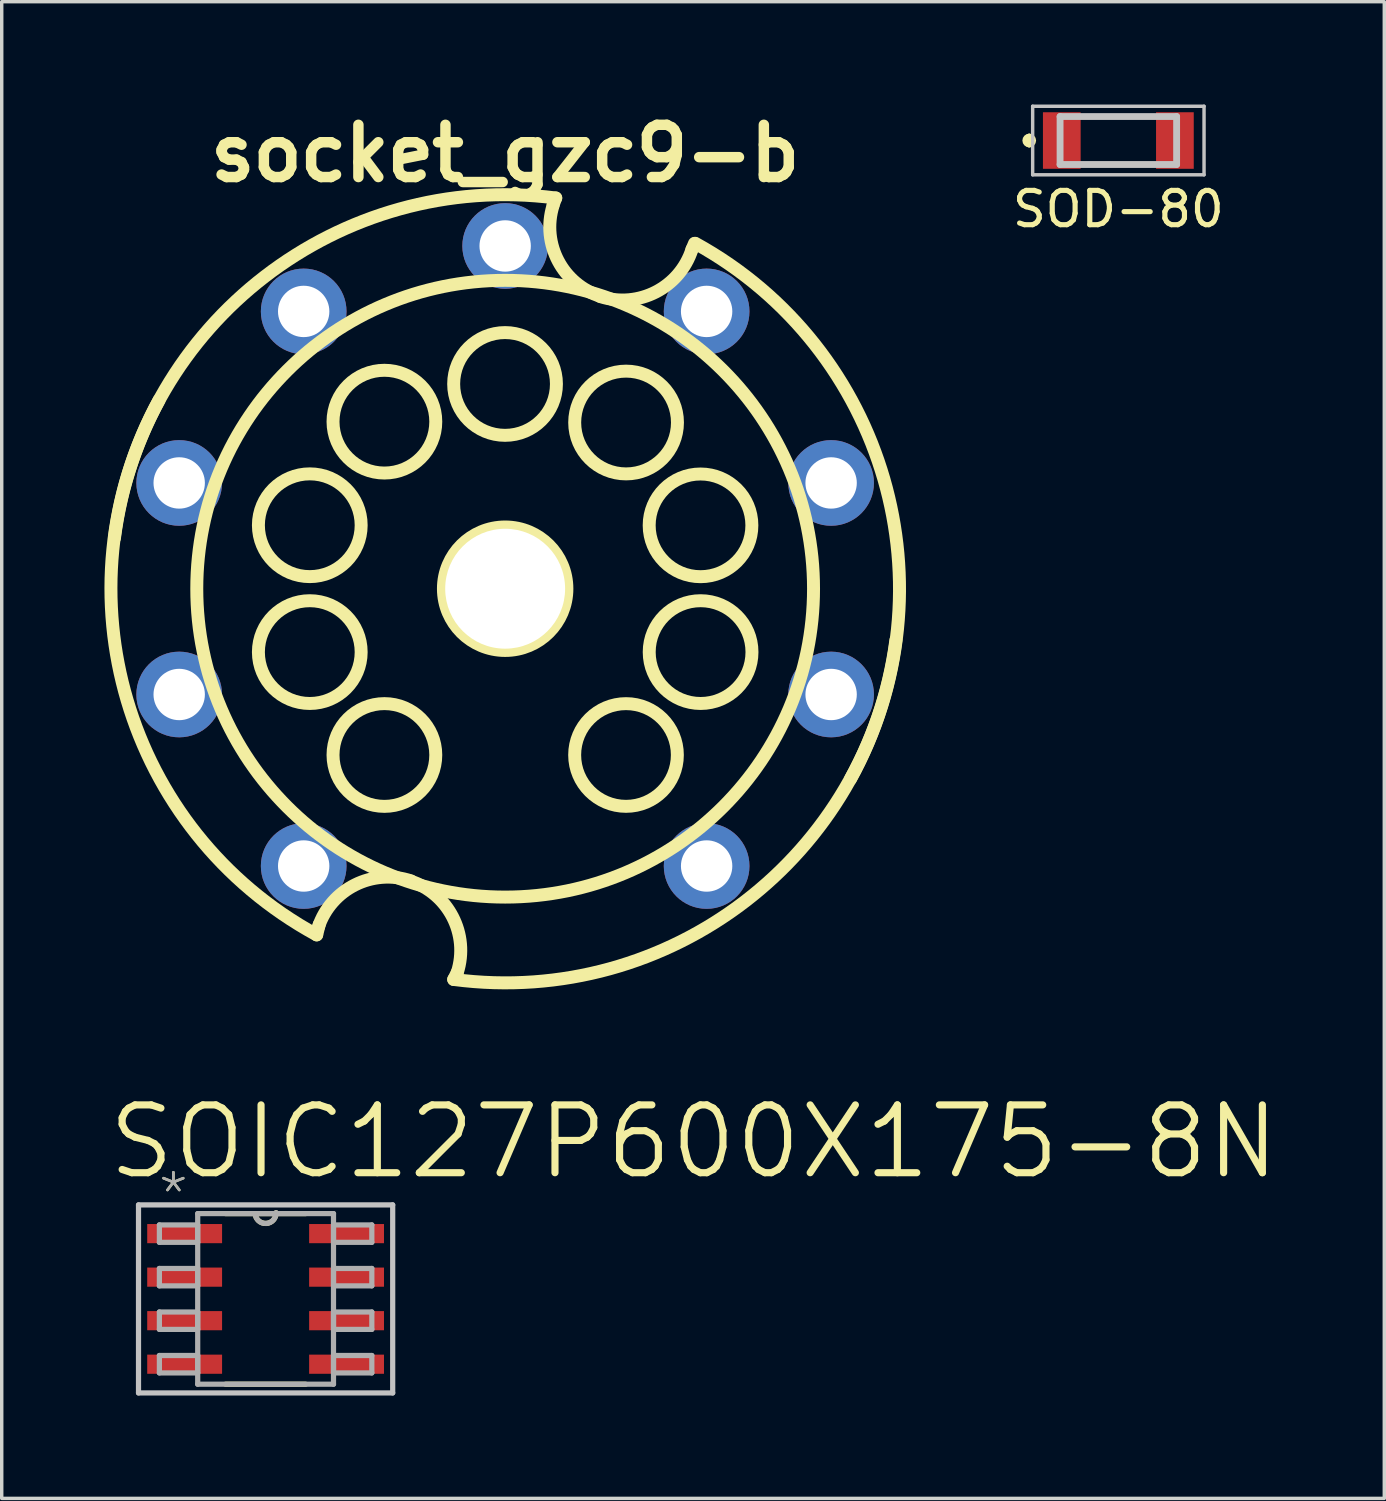
<source format=kicad_pcb>
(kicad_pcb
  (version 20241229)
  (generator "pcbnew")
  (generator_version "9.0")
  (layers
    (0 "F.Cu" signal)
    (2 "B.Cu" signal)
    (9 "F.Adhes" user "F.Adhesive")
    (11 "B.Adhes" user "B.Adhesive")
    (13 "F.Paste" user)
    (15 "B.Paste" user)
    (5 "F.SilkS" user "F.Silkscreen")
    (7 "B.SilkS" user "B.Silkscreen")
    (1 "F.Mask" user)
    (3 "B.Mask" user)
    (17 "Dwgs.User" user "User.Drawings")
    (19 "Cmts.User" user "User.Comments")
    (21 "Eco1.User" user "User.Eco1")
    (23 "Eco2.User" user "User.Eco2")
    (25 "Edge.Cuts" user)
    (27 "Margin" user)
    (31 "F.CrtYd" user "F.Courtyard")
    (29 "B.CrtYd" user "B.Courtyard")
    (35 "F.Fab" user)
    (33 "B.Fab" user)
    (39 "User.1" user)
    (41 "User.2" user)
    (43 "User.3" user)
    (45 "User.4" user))
  (footprint "SOIC127P600X175-8N"
    (layer "F.Cu")
    (at 4.699 34.846)
    (property "Reference" "SOIC127P600X175-8N" (at -4.699 -3.429 0) (layer "F.SilkS") (effects (font (size 1.979 1.979) (thickness 0.208)) (justify left bottom)))
    (attr through_hole)
    (fp_line (start -1.168 2.489) (end 1.168 2.489) (stroke (width 0.152) (type solid)) (layer "F.SilkS"))
    (fp_line (start -0.305 -2.489) (end -1.168 -2.489) (stroke (width 0.152) (type solid)) (layer "F.SilkS"))
    (fp_line (start 1.168 -2.489) (end -0.305 -2.489) (stroke (width 0.152) (type solid)) (layer "F.SilkS"))
    (fp_arc (start 0.3048 -2.5146) (mid 0.0127 -2.1971) (end -0.3048 -2.4892) (stroke (width 0.1524) (type solid)) (layer "F.SilkS"))
    (fp_line (start -3.708 -2.743) (end 3.708 -2.743) (stroke (width 0.152) (type solid)) (layer "Dwgs.User"))
    (fp_line (start -3.708 2.743) (end -3.708 -2.743) (stroke (width 0.152) (type solid)) (layer "Dwgs.User"))
    (fp_line (start 3.708 -2.743) (end 3.708 2.743) (stroke (width 0.152) (type solid)) (layer "Dwgs.User"))
    (fp_line (start 3.708 2.743) (end -3.708 2.743) (stroke (width 0.152) (type solid)) (layer "Dwgs.User"))
    (fp_line (start -3.099 -2.159) (end -3.099 -1.651) (stroke (width 0.152) (type solid)) (layer "F.Fab"))
    (fp_line (start -3.099 -1.651) (end -1.981 -1.651) (stroke (width 0.152) (type solid)) (layer "F.Fab"))
    (fp_line (start -3.099 -0.889) (end -3.099 -0.381) (stroke (width 0.152) (type solid)) (layer "F.Fab"))
    (fp_line (start -3.099 -0.381) (end -1.981 -0.381) (stroke (width 0.152) (type solid)) (layer "F.Fab"))
    (fp_line (start -3.099 0.381) (end -3.099 0.889) (stroke (width 0.152) (type solid)) (layer "F.Fab"))
    (fp_line (start -3.099 0.889) (end -1.981 0.889) (stroke (width 0.152) (type solid)) (layer "F.Fab"))
    (fp_line (start -3.099 1.651) (end -3.099 2.159) (stroke (width 0.152) (type solid)) (layer "F.Fab"))
    (fp_line (start -3.099 2.159) (end -1.981 2.159) (stroke (width 0.152) (type solid)) (layer "F.Fab"))
    (fp_line (start -1.981 -2.489) (end -1.981 2.489) (stroke (width 0.152) (type solid)) (layer "F.Fab"))
    (fp_line (start -1.981 -2.159) (end -3.099 -2.159) (stroke (width 0.152) (type solid)) (layer "F.Fab"))
    (fp_line (start -1.981 -1.651) (end -1.981 -2.159) (stroke (width 0.152) (type solid)) (layer "F.Fab"))
    (fp_line (start -1.981 -0.889) (end -3.099 -0.889) (stroke (width 0.152) (type solid)) (layer "F.Fab"))
    (fp_line (start -1.981 -0.381) (end -1.981 -0.889) (stroke (width 0.152) (type solid)) (layer "F.Fab"))
    (fp_line (start -1.981 0.381) (end -3.099 0.381) (stroke (width 0.152) (type solid)) (layer "F.Fab"))
    (fp_line (start -1.981 0.889) (end -1.981 0.381) (stroke (width 0.152) (type solid)) (layer "F.Fab"))
    (fp_line (start -1.981 1.651) (end -3.099 1.651) (stroke (width 0.152) (type solid)) (layer "F.Fab"))
    (fp_line (start -1.981 2.159) (end -1.981 1.651) (stroke (width 0.152) (type solid)) (layer "F.Fab"))
    (fp_line (start -1.981 2.489) (end 1.981 2.489) (stroke (width 0.152) (type solid)) (layer "F.Fab"))
    (fp_line (start -0.305 -2.489) (end -1.981 -2.489) (stroke (width 0.152) (type solid)) (layer "F.Fab"))
    (fp_line (start 1.981 -2.489) (end -0.305 -2.489) (stroke (width 0.152) (type solid)) (layer "F.Fab"))
    (fp_line (start 1.981 -2.159) (end 1.981 -1.651) (stroke (width 0.152) (type solid)) (layer "F.Fab"))
    (fp_line (start 1.981 -1.651) (end 3.099 -1.651) (stroke (width 0.152) (type solid)) (layer "F.Fab"))
    (fp_line (start 1.981 -0.889) (end 1.981 -0.381) (stroke (width 0.152) (type solid)) (layer "F.Fab"))
    (fp_line (start 1.981 -0.381) (end 3.099 -0.381) (stroke (width 0.152) (type solid)) (layer "F.Fab"))
    (fp_line (start 1.981 0.381) (end 1.981 0.889) (stroke (width 0.152) (type solid)) (layer "F.Fab"))
    (fp_line (start 1.981 0.889) (end 3.099 0.889) (stroke (width 0.152) (type solid)) (layer "F.Fab"))
    (fp_line (start 1.981 1.651) (end 1.981 2.159) (stroke (width 0.152) (type solid)) (layer "F.Fab"))
    (fp_line (start 1.981 2.159) (end 3.099 2.159) (stroke (width 0.152) (type solid)) (layer "F.Fab"))
    (fp_line (start 1.981 2.489) (end 1.981 -2.489) (stroke (width 0.152) (type solid)) (layer "F.Fab"))
    (fp_line (start 3.099 -2.159) (end 1.981 -2.159) (stroke (width 0.152) (type solid)) (layer "F.Fab"))
    (fp_line (start 3.099 -1.651) (end 3.099 -2.159) (stroke (width 0.152) (type solid)) (layer "F.Fab"))
    (fp_line (start 3.099 -0.889) (end 1.981 -0.889) (stroke (width 0.152) (type solid)) (layer "F.Fab"))
    (fp_line (start 3.099 -0.381) (end 3.099 -0.889) (stroke (width 0.152) (type solid)) (layer "F.Fab"))
    (fp_line (start 3.099 0.381) (end 1.981 0.381) (stroke (width 0.152) (type solid)) (layer "F.Fab"))
    (fp_line (start 3.099 0.889) (end 3.099 0.381) (stroke (width 0.152) (type solid)) (layer "F.Fab"))
    (fp_line (start 3.099 1.651) (end 1.981 1.651) (stroke (width 0.152) (type solid)) (layer "F.Fab"))
    (fp_line (start 3.099 2.159) (end 3.099 1.651) (stroke (width 0.152) (type solid)) (layer "F.Fab"))
    (fp_arc (start 0.3048 -2.5146) (mid 0.0127 -2.1971) (end -0.3048 -2.4892) (stroke (width 0.1524) (type solid)) (layer "F.Fab"))
    (fp_text user "*" (at -3.2 -2.337 0) (layer "F.SilkS") (effects (font (size 1.206 1.206) (thickness 0.076)) (justify left bottom)))
    (fp_text user "*" (at -3.2 -2.337 0) (layer "F.Fab") (effects (font (size 1.206 1.206) (thickness 0.076)) (justify left bottom)))
    (pad "1" smd rect (at -2.362 -1.905) (size 2.184 0.559) (layers "F.Cu" "F.Mask" "F.Paste"))
    (pad "2" smd rect (at -2.362 -0.635) (size 2.184 0.559) (layers "F.Cu" "F.Mask" "F.Paste"))
    (pad "3" smd rect (at -2.362 0.635) (size 2.184 0.559) (layers "F.Cu" "F.Mask" "F.Paste"))
    (pad "4" smd rect (at -2.362 1.905) (size 2.184 0.559) (layers "F.Cu" "F.Mask" "F.Paste"))
    (pad "5" smd rect (at 2.362 1.905) (size 2.184 0.559) (layers "F.Cu" "F.Mask" "F.Paste"))
    (pad "6" smd rect (at 2.362 0.635) (size 2.184 0.559) (layers "F.Cu" "F.Mask" "F.Paste"))
    (pad "7" smd rect (at 2.362 -0.635) (size 2.184 0.559) (layers "F.Cu" "F.Mask" "F.Paste"))
    (pad "8" smd rect (at 2.362 -1.905) (size 2.184 0.559) (layers "F.Cu" "F.Mask" "F.Paste")))
  (footprint "SOD-80"
    (layer "F.Cu")
    (at 29.578 1.05)
    (property "Reference" "SOD-80" (at 0 2 0) (layer "F.SilkS") (effects (font (size 1 1) (thickness 0.15))))
    (attr smd)
    (fp_line (start -2.6 -0.1) (end -2.6 -0.1) (stroke (width 0.2) (type solid)) (layer "F.SilkS"))
    (fp_line (start -2.6 0.1) (end -2.6 0.1) (stroke (width 0.2) (type solid)) (layer "F.SilkS"))
    (fp_line (start -0.9 -0.7) (end 0.9 -0.7) (stroke (width 0.1) (type solid)) (layer "F.SilkS"))
    (fp_line (start -0.9 0.7) (end 0.9 0.7) (stroke (width 0.1) (type solid)) (layer "F.SilkS"))
    (fp_arc (start -2.6 -0.1) (mid -2.5 0) (end -2.6 0.1) (stroke (width 0.2) (type solid)) (layer "F.SilkS"))
    (fp_arc (start -2.6 0.1) (mid -2.7 0) (end -2.6 -0.1) (stroke (width 0.2) (type solid)) (layer "F.SilkS"))
    (fp_line (start -2.5 -1) (end 2.5 -1) (stroke (width 0.1) (type solid)) (layer "Dwgs.User"))
    (fp_line (start -2.5 1) (end -2.5 -1) (stroke (width 0.1) (type solid)) (layer "Dwgs.User"))
    (fp_line (start -1.7 -0.7) (end 1.7 -0.7) (stroke (width 0.2) (type solid)) (layer "Dwgs.User"))
    (fp_line (start -1.7 0.7) (end -1.7 -0.7) (stroke (width 0.2) (type solid)) (layer "Dwgs.User"))
    (fp_line (start 1.7 -0.7) (end 1.7 0.7) (stroke (width 0.2) (type solid)) (layer "Dwgs.User"))
    (fp_line (start 1.7 0.7) (end -1.7 0.7) (stroke (width 0.2) (type solid)) (layer "Dwgs.User"))
    (fp_line (start 2.5 -1) (end 2.5 1) (stroke (width 0.1) (type solid)) (layer "Dwgs.User"))
    (fp_line (start 2.5 1) (end -2.5 1) (stroke (width 0.1) (type solid)) (layer "Dwgs.User"))
    (pad "1" smd rect (at -1.65 0) (size 1.1 1.65) (layers "F.Cu" "F.Mask" "F.Paste"))
    (pad "2" smd rect (at 1.65 0) (size 1.1 1.65) (layers "F.Cu" "F.Mask" "F.Paste")))
  (footprint "socket_gzc9-b"
    (layer "F.Cu")
    (at 11.688 14.126)
    (property "Reference" "socket_gzc9-b" (at 0 -12.7 0) (layer "F.SilkS") (effects (font (size 1.524 1.524) (thickness 0.305))))
    (attr through_hole)
    (fp_line (start -5.499 10.099) (end -5.425 9.799) (stroke (width 0.378) (type solid)) (layer "F.SilkS"))
    (fp_line (start -1.501 11.4) (end -1.4 11.199) (stroke (width 0.378) (type solid)) (layer "F.SilkS"))
    (fp_line (start 1.476 -11.4) (end 1.4 -11.199) (stroke (width 0.378) (type solid)) (layer "F.SilkS"))
    (fp_line (start 5.524 -10.076) (end 5.451 -9.901) (stroke (width 0.378) (type solid)) (layer "F.SilkS"))
    (fp_arc (start -11.39952 -1.47574) (mid -7.017172 -9.104184) (end 1.47574 -11.39952) (stroke (width 0.37846) (type solid)) (layer "F.SilkS"))
    (fp_arc (start -5.4991 10.09904) (mid -11.029551 3.252649) (end -10.09904 -5.4991) (stroke (width 0.37846) (type solid)) (layer "F.SilkS"))
    (fp_arc (start -5.45084 9.87552) (mid -4.379419 8.640161) (end -2.74828 8.52424) (stroke (width 0.37846) (type solid)) (layer "F.SilkS"))
    (fp_arc (start -2.77622 8.52424) (mid -1.532678 9.575904) (end -1.397 11.19886) (stroke (width 0.37846) (type solid)) (layer "F.SilkS"))
    (fp_arc (start 2.79908 -8.52424) (mid 1.548843 -9.55974) (end 1.397 -11.176) (stroke (width 0.37846) (type solid)) (layer "F.SilkS"))
    (fp_arc (start 5.45084 -9.90092) (mid 4.39738 -8.658122) (end 2.77368 -8.52424) (stroke (width 0.37846) (type solid)) (layer "F.SilkS"))
    (fp_arc (start 5.5499 -10.07618) (mid 11.049307 -3.200563) (end 10.07618 5.5499) (stroke (width 0.37846) (type solid)) (layer "F.SilkS"))
    (fp_arc (start 11.39952 1.50114) (mid 6.999212 9.122144) (end -1.50114 11.39952) (stroke (width 0.37846) (type solid)) (layer "F.SilkS"))
    (fp_circle (center -5.7 -1.852) (end -4.201 -1.852) (stroke (width 0.378) (type solid)) (fill no) (layer "F.SilkS"))
    (fp_circle (center -5.7 1.849) (end -4.201 1.849) (stroke (width 0.378) (type solid)) (fill no) (layer "F.SilkS"))
    (fp_circle (center -3.523 -4.874) (end -2.024 -4.874) (stroke (width 0.378) (type solid)) (fill no) (layer "F.SilkS"))
    (fp_circle (center -3.523 4.851) (end -2.024 4.851) (stroke (width 0.378) (type solid)) (fill no) (layer "F.SilkS"))
    (fp_circle (center -0.003 -5.974) (end 1.496 -5.974) (stroke (width 0.378) (type solid)) (fill no) (layer "F.SilkS"))
    (fp_circle (center 0 0) (end 1.801 0) (stroke (width 0.378) (type solid)) (fill no) (layer "F.SilkS"))
    (fp_circle (center 0 0) (end 8.997 0) (stroke (width 0.378) (type solid)) (fill no) (layer "F.SilkS"))
    (fp_circle (center 3.526 4.851) (end 5.024 4.851) (stroke (width 0.378) (type solid)) (fill no) (layer "F.SilkS"))
    (fp_circle (center 3.528 -4.849) (end 5.027 -4.849) (stroke (width 0.378) (type solid)) (fill no) (layer "F.SilkS"))
    (fp_circle (center 5.7 -1.849) (end 7.198 -1.849) (stroke (width 0.378) (type solid)) (fill no) (layer "F.SilkS"))
    (fp_circle (center 5.702 1.849) (end 7.201 1.849) (stroke (width 0.378) (type solid)) (fill no) (layer "F.SilkS"))
    (pad "" np_thru_hole circle (at 0 0) (size 3.498 3.498) (drill 3.498) (layers "*.Cu" "*.Mask"))
    (pad "1" thru_hole circle (at 5.878 8.09) (size 2.499 2.499) (drill 1.499) (layers "*.Cu" "*.Mask"))
    (pad "2" thru_hole circle (at 9.51 3.086) (size 2.499 2.499) (drill 1.499) (layers "*.Cu" "*.Mask"))
    (pad "3" thru_hole circle (at 9.51 -3.086) (size 2.499 2.499) (drill 1.499) (layers "*.Cu" "*.Mask"))
    (pad "4" thru_hole circle (at 5.878 -8.09) (size 2.499 2.499) (drill 1.499) (layers "*.Cu" "*.Mask"))
    (pad "5" thru_hole circle (at 0 -10) (size 2.499 2.499) (drill 1.499) (layers "*.Cu" "*.Mask"))
    (pad "6" thru_hole circle (at -5.878 -8.09) (size 2.499 2.499) (drill 1.499) (layers "*.Cu" "*.Mask"))
    (pad "7" thru_hole circle (at -9.51 -3.086) (size 2.499 2.499) (drill 1.499) (layers "*.Cu" "*.Mask"))
    (pad "8" thru_hole circle (at -9.51 3.086) (size 2.499 2.499) (drill 1.499) (layers "*.Cu" "*.Mask"))
    (pad "9" thru_hole circle (at -5.878 8.09) (size 2.499 2.499) (drill 1.499) (layers "*.Cu" "*.Mask")))
  (gr_rect
    (start -3 -3)
    (end 37.337 40.666)
    (stroke (width 0.1) (type default))
    (fill no)
    (layer "Edge.Cuts")))
</source>
